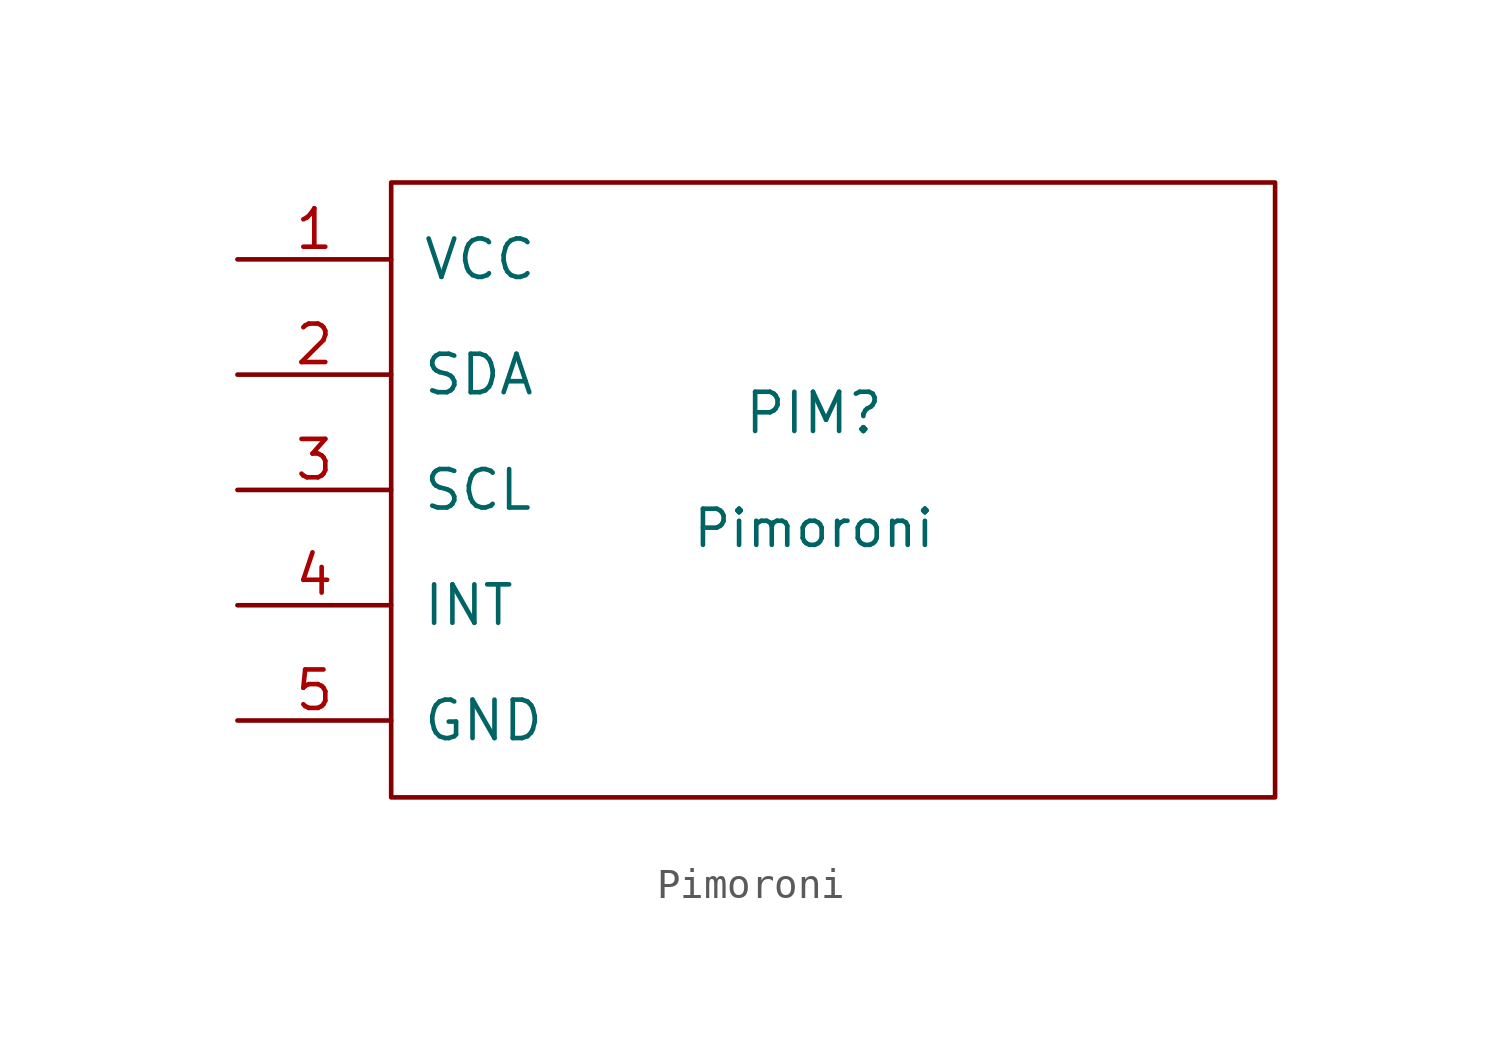
<source format=kicad_sym>
(kicad_symbol_lib
  (version 20211014)
  (generator kicad_symbol_editor)
  (symbol "Pimoroni"
    (pin_names
      (offset 1.016))
    (property "Reference" "PIM"
      (at 0 2.54 0)
      (effects (font (size 1.295 1.295))))
    (property "Value" "Pimoroni"
      (at 0 -1.27 0)
      (effects (font (size 1.194 1.194))))
    (symbol "Pimoroni_0_1"
      (rectangle (start -13.97 10.16) (end 15.24 -10.16) (stroke (width 0) (type default) (color 0 0 0 0)) (fill (type none))))
    (symbol "Pimoroni_1_1"
      (pin power_in line (at -19.05 7.62 0) (length 5.08) (name "VCC" (effects (font (size 1.27 1.27)))) (number "1" (effects (font (size 1.27 1.27)))))
      (pin bidirectional line (at -19.05 3.81 0) (length 5.08) (name "SDA" (effects (font (size 1.27 1.27)))) (number "2" (effects (font (size 1.27 1.27)))))
      (pin bidirectional line (at -19.05 0 0) (length 5.08) (name "SCL" (effects (font (size 1.27 1.27)))) (number "3" (effects (font (size 1.27 1.27)))))
      (pin bidirectional line (at -19.05 -3.81 0) (length 5.08) (name "INT" (effects (font (size 1.27 1.27)))) (number "4" (effects (font (size 1.27 1.27)))))
      (pin power_in line (at -19.05 -7.62 0) (length 5.08) (name "GND" (effects (font (size 1.27 1.27)))) (number "5" (effects (font (size 1.27 1.27))))))))
</source>
